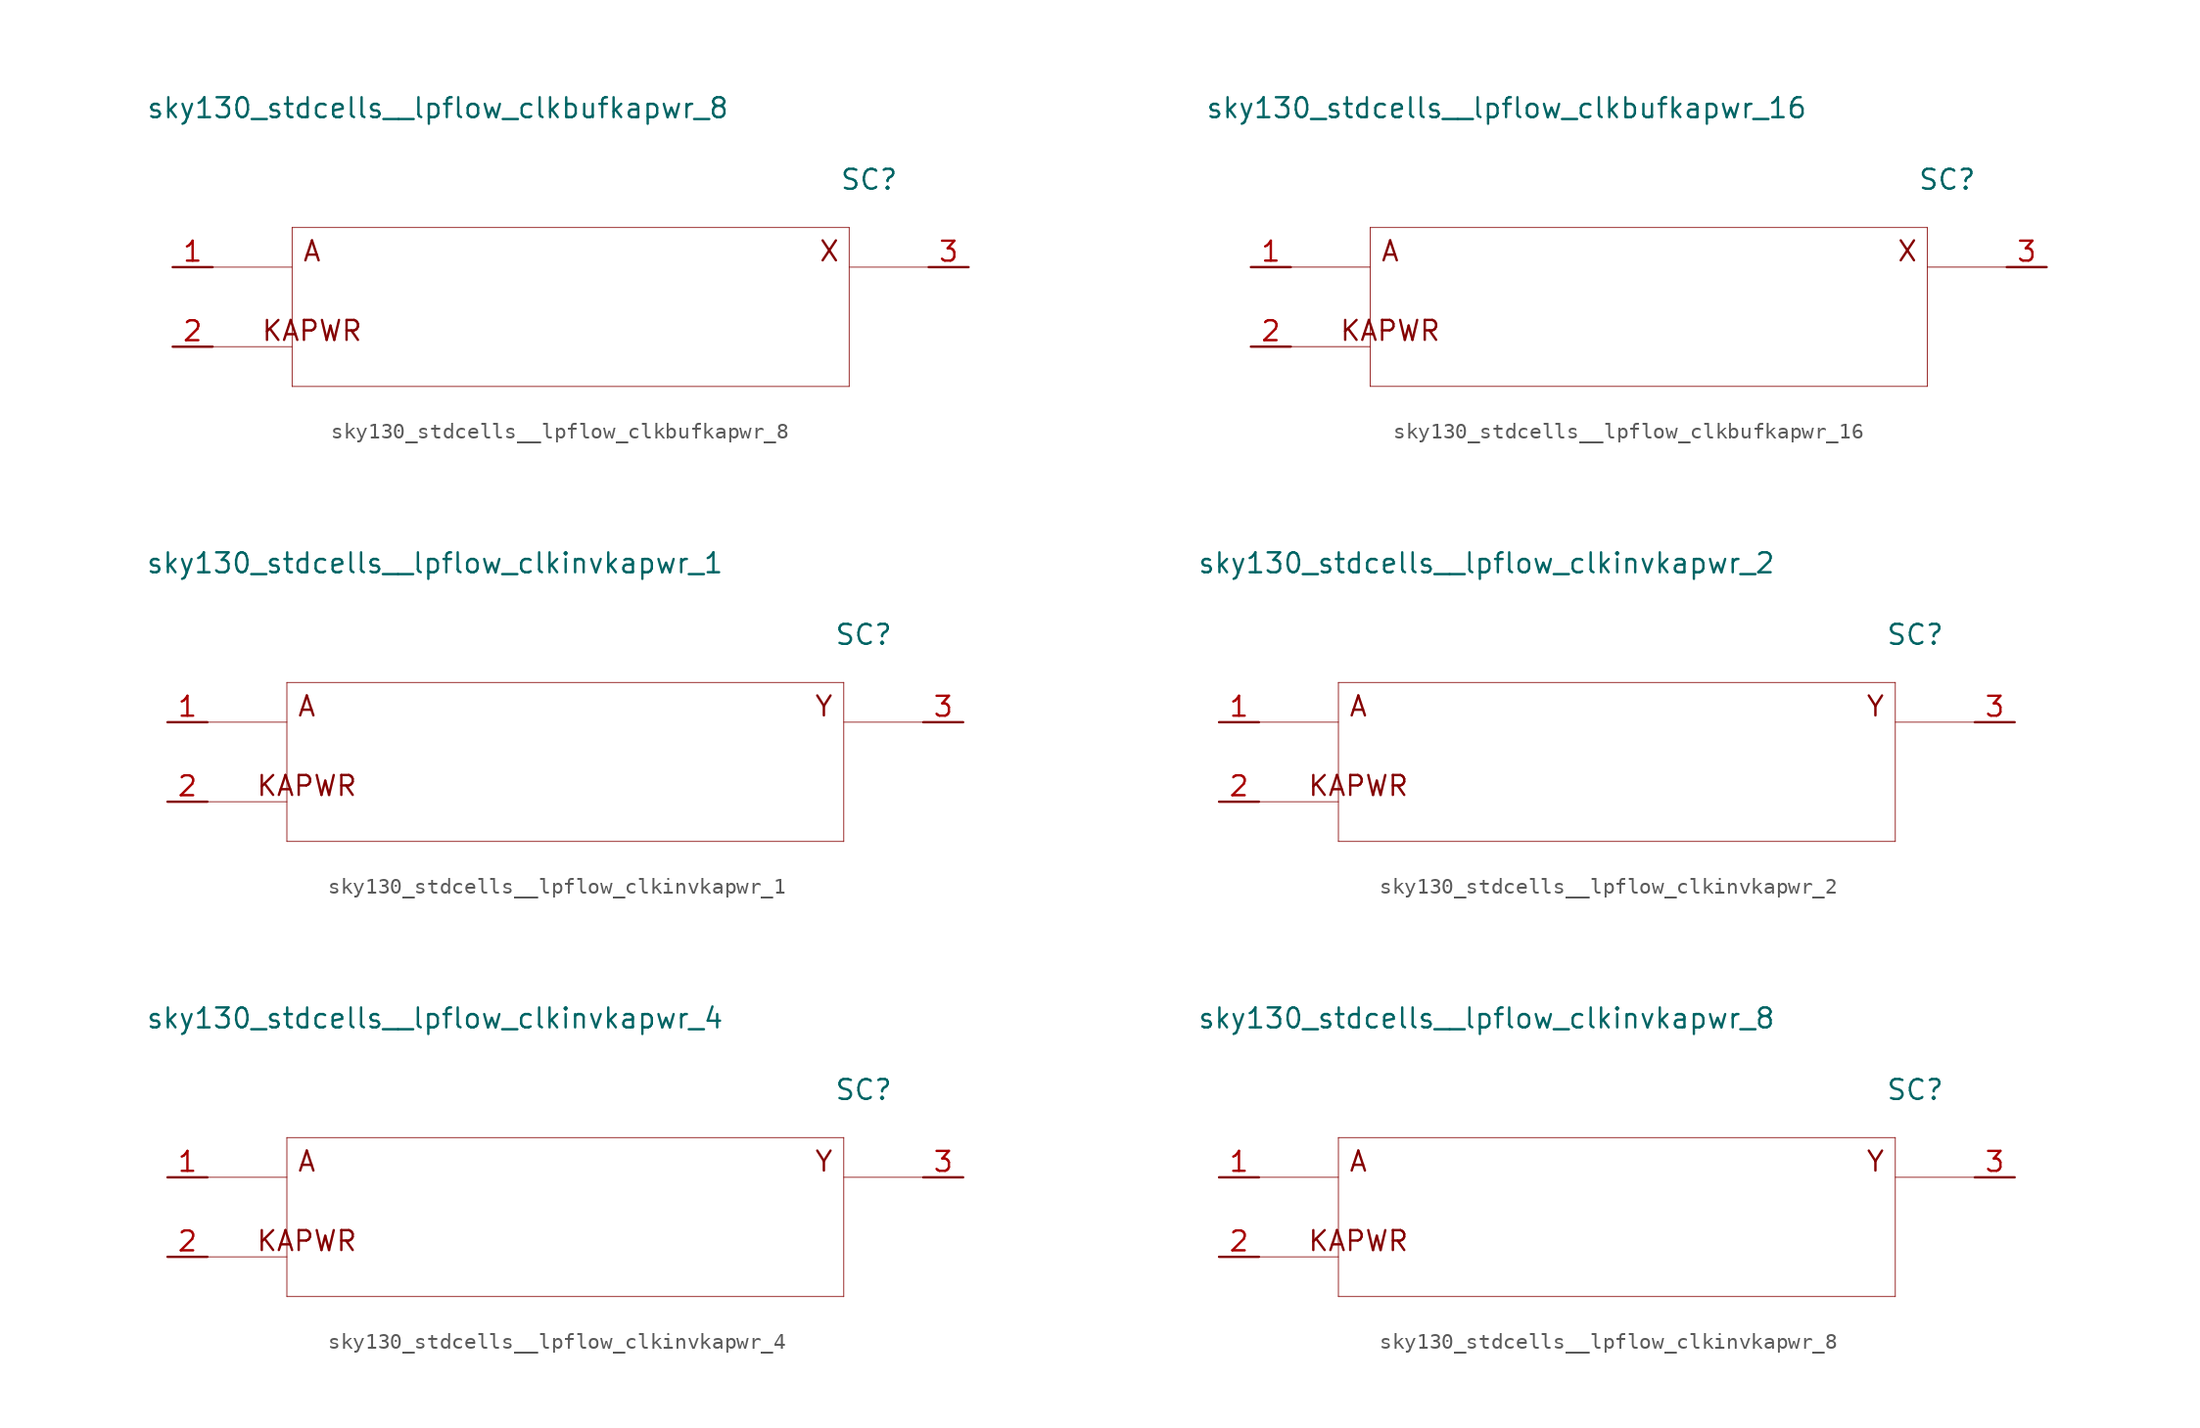
<source format=kicad_sym>
(kicad_symbol_lib
  (version 20211014)
  (generator kicad_symbol_editor)
  (symbol "sky130_stdcells__lpflow_clkbufkapwr_8"
    (pin_names hide)
    (property "Reference" "SC"
      (at 19.05 8.128 0)
      (effects (font (size 1.27 1.27))))
    (property "Value" "sky130_stdcells__lpflow_clkbufkapwr_8"
      (at 10.16 12.7 0)
      (effects (font (size 1.27 1.27)) (justify right)))
    (symbol "sky130_stdcells__lpflow_clkbufkapwr_8_0_0"
      (polyline (pts (xy -22.86 -2.54) (xy -17.78 -2.54)) (stroke (width 0.051) (type default) (color 0 0 0 0)) (fill (type none)))
      (polyline (pts (xy -22.86 2.54) (xy -17.78 2.54)) (stroke (width 0.051) (type default) (color 0 0 0 0)) (fill (type none)))
      (polyline (pts (xy -17.78 -5.08) (xy 17.78 -5.08)) (stroke (width 0.051) (type default) (color 0 0 0 0)) (fill (type none)))
      (polyline (pts (xy -17.78 5.08) (xy -17.78 -5.08)) (stroke (width 0.051) (type default) (color 0 0 0 0)) (fill (type none)))
      (polyline (pts (xy -17.78 5.08) (xy 17.78 5.08)) (stroke (width 0.051) (type default) (color 0 0 0 0)) (fill (type none)))
      (polyline (pts (xy 17.78 2.54) (xy 22.86 2.54)) (stroke (width 0.051) (type default) (color 0 0 0 0)) (fill (type none)))
      (polyline (pts (xy 17.78 5.08) (xy 17.78 -5.08)) (stroke (width 0.051) (type default) (color 0 0 0 0)) (fill (type none)))
      (text "A" (at -16.51 3.556 0) (effects (font (size 1.27 1.27))))
      (text "KAPWR" (at -16.51 -1.524 0) (effects (font (size 1.27 1.27))))
      (text "X" (at 16.51 3.556 0) (effects (font (size 1.27 1.27)))))
    (symbol "sky130_stdcells__lpflow_clkbufkapwr_8_1_1"
      (pin input line (at -25.4 2.54 0) (length 2.54) (name "A" (effects (font (size 1.092 1.092)))) (number "1" (effects (font (size 1.27 1.27)))))
      (pin input line (at -25.4 -2.54 0) (length 2.54) (name "KAPWR" (effects (font (size 1.092 1.092)))) (number "2" (effects (font (size 1.27 1.27)))))
      (pin output line (at 25.4 2.54 180) (length 2.54) (name "X" (effects (font (size 1.092 1.092)))) (number "3" (effects (font (size 1.27 1.27)))))))
  (symbol "sky130_stdcells__lpflow_clkbufkapwr_16"
    (pin_names hide)
    (property "Reference" "SC"
      (at 19.05 8.128 0)
      (effects (font (size 1.27 1.27))))
    (property "Value" "sky130_stdcells__lpflow_clkbufkapwr_16"
      (at 10.16 12.7 0)
      (effects (font (size 1.27 1.27)) (justify right)))
    (symbol "sky130_stdcells__lpflow_clkbufkapwr_16_0_0"
      (polyline (pts (xy -22.86 -2.54) (xy -17.78 -2.54)) (stroke (width 0.051) (type default) (color 0 0 0 0)) (fill (type none)))
      (polyline (pts (xy -22.86 2.54) (xy -17.78 2.54)) (stroke (width 0.051) (type default) (color 0 0 0 0)) (fill (type none)))
      (polyline (pts (xy -17.78 -5.08) (xy 17.78 -5.08)) (stroke (width 0.051) (type default) (color 0 0 0 0)) (fill (type none)))
      (polyline (pts (xy -17.78 5.08) (xy -17.78 -5.08)) (stroke (width 0.051) (type default) (color 0 0 0 0)) (fill (type none)))
      (polyline (pts (xy -17.78 5.08) (xy 17.78 5.08)) (stroke (width 0.051) (type default) (color 0 0 0 0)) (fill (type none)))
      (polyline (pts (xy 17.78 2.54) (xy 22.86 2.54)) (stroke (width 0.051) (type default) (color 0 0 0 0)) (fill (type none)))
      (polyline (pts (xy 17.78 5.08) (xy 17.78 -5.08)) (stroke (width 0.051) (type default) (color 0 0 0 0)) (fill (type none)))
      (text "A" (at -16.51 3.556 0) (effects (font (size 1.27 1.27))))
      (text "KAPWR" (at -16.51 -1.524 0) (effects (font (size 1.27 1.27))))
      (text "X" (at 16.51 3.556 0) (effects (font (size 1.27 1.27)))))
    (symbol "sky130_stdcells__lpflow_clkbufkapwr_16_1_1"
      (pin input line (at -25.4 2.54 0) (length 2.54) (name "A" (effects (font (size 1.092 1.092)))) (number "1" (effects (font (size 1.27 1.27)))))
      (pin input line (at -25.4 -2.54 0) (length 2.54) (name "KAPWR" (effects (font (size 1.092 1.092)))) (number "2" (effects (font (size 1.27 1.27)))))
      (pin output line (at 25.4 2.54 180) (length 2.54) (name "X" (effects (font (size 1.092 1.092)))) (number "3" (effects (font (size 1.27 1.27)))))))
  (symbol "sky130_stdcells__lpflow_clkinvkapwr_1"
    (pin_names hide)
    (property "Reference" "SC"
      (at 19.05 8.128 0)
      (effects (font (size 1.27 1.27))))
    (property "Value" "sky130_stdcells__lpflow_clkinvkapwr_1"
      (at 10.16 12.7 0)
      (effects (font (size 1.27 1.27)) (justify right)))
    (symbol "sky130_stdcells__lpflow_clkinvkapwr_1_0_0"
      (polyline (pts (xy -22.86 -2.54) (xy -17.78 -2.54)) (stroke (width 0.051) (type default) (color 0 0 0 0)) (fill (type none)))
      (polyline (pts (xy -22.86 2.54) (xy -17.78 2.54)) (stroke (width 0.051) (type default) (color 0 0 0 0)) (fill (type none)))
      (polyline (pts (xy -17.78 -5.08) (xy 17.78 -5.08)) (stroke (width 0.051) (type default) (color 0 0 0 0)) (fill (type none)))
      (polyline (pts (xy -17.78 5.08) (xy -17.78 -5.08)) (stroke (width 0.051) (type default) (color 0 0 0 0)) (fill (type none)))
      (polyline (pts (xy -17.78 5.08) (xy 17.78 5.08)) (stroke (width 0.051) (type default) (color 0 0 0 0)) (fill (type none)))
      (polyline (pts (xy 17.78 2.54) (xy 22.86 2.54)) (stroke (width 0.051) (type default) (color 0 0 0 0)) (fill (type none)))
      (polyline (pts (xy 17.78 5.08) (xy 17.78 -5.08)) (stroke (width 0.051) (type default) (color 0 0 0 0)) (fill (type none)))
      (text "A" (at -16.51 3.556 0) (effects (font (size 1.27 1.27))))
      (text "KAPWR" (at -16.51 -1.524 0) (effects (font (size 1.27 1.27))))
      (text "Y" (at 16.51 3.556 0) (effects (font (size 1.27 1.27)))))
    (symbol "sky130_stdcells__lpflow_clkinvkapwr_1_1_1"
      (pin input line (at -25.4 2.54 0) (length 2.54) (name "A" (effects (font (size 1.092 1.092)))) (number "1" (effects (font (size 1.27 1.27)))))
      (pin input line (at -25.4 -2.54 0) (length 2.54) (name "KAPWR" (effects (font (size 1.092 1.092)))) (number "2" (effects (font (size 1.27 1.27)))))
      (pin output line (at 25.4 2.54 180) (length 2.54) (name "Y" (effects (font (size 1.092 1.092)))) (number "3" (effects (font (size 1.27 1.27)))))))
  (symbol "sky130_stdcells__lpflow_clkinvkapwr_2"
    (pin_names hide)
    (property "Reference" "SC"
      (at 19.05 8.128 0)
      (effects (font (size 1.27 1.27))))
    (property "Value" "sky130_stdcells__lpflow_clkinvkapwr_2"
      (at 10.16 12.7 0)
      (effects (font (size 1.27 1.27)) (justify right)))
    (symbol "sky130_stdcells__lpflow_clkinvkapwr_2_0_0"
      (polyline (pts (xy -22.86 -2.54) (xy -17.78 -2.54)) (stroke (width 0.051) (type default) (color 0 0 0 0)) (fill (type none)))
      (polyline (pts (xy -22.86 2.54) (xy -17.78 2.54)) (stroke (width 0.051) (type default) (color 0 0 0 0)) (fill (type none)))
      (polyline (pts (xy -17.78 -5.08) (xy 17.78 -5.08)) (stroke (width 0.051) (type default) (color 0 0 0 0)) (fill (type none)))
      (polyline (pts (xy -17.78 5.08) (xy -17.78 -5.08)) (stroke (width 0.051) (type default) (color 0 0 0 0)) (fill (type none)))
      (polyline (pts (xy -17.78 5.08) (xy 17.78 5.08)) (stroke (width 0.051) (type default) (color 0 0 0 0)) (fill (type none)))
      (polyline (pts (xy 17.78 2.54) (xy 22.86 2.54)) (stroke (width 0.051) (type default) (color 0 0 0 0)) (fill (type none)))
      (polyline (pts (xy 17.78 5.08) (xy 17.78 -5.08)) (stroke (width 0.051) (type default) (color 0 0 0 0)) (fill (type none)))
      (text "A" (at -16.51 3.556 0) (effects (font (size 1.27 1.27))))
      (text "KAPWR" (at -16.51 -1.524 0) (effects (font (size 1.27 1.27))))
      (text "Y" (at 16.51 3.556 0) (effects (font (size 1.27 1.27)))))
    (symbol "sky130_stdcells__lpflow_clkinvkapwr_2_1_1"
      (pin input line (at -25.4 2.54 0) (length 2.54) (name "A" (effects (font (size 1.092 1.092)))) (number "1" (effects (font (size 1.27 1.27)))))
      (pin input line (at -25.4 -2.54 0) (length 2.54) (name "KAPWR" (effects (font (size 1.092 1.092)))) (number "2" (effects (font (size 1.27 1.27)))))
      (pin output line (at 25.4 2.54 180) (length 2.54) (name "Y" (effects (font (size 1.092 1.092)))) (number "3" (effects (font (size 1.27 1.27)))))))
  (symbol "sky130_stdcells__lpflow_clkinvkapwr_4"
    (pin_names hide)
    (property "Reference" "SC"
      (at 19.05 8.128 0)
      (effects (font (size 1.27 1.27))))
    (property "Value" "sky130_stdcells__lpflow_clkinvkapwr_4"
      (at 10.16 12.7 0)
      (effects (font (size 1.27 1.27)) (justify right)))
    (symbol "sky130_stdcells__lpflow_clkinvkapwr_4_0_0"
      (polyline (pts (xy -22.86 -2.54) (xy -17.78 -2.54)) (stroke (width 0.051) (type default) (color 0 0 0 0)) (fill (type none)))
      (polyline (pts (xy -22.86 2.54) (xy -17.78 2.54)) (stroke (width 0.051) (type default) (color 0 0 0 0)) (fill (type none)))
      (polyline (pts (xy -17.78 -5.08) (xy 17.78 -5.08)) (stroke (width 0.051) (type default) (color 0 0 0 0)) (fill (type none)))
      (polyline (pts (xy -17.78 5.08) (xy -17.78 -5.08)) (stroke (width 0.051) (type default) (color 0 0 0 0)) (fill (type none)))
      (polyline (pts (xy -17.78 5.08) (xy 17.78 5.08)) (stroke (width 0.051) (type default) (color 0 0 0 0)) (fill (type none)))
      (polyline (pts (xy 17.78 2.54) (xy 22.86 2.54)) (stroke (width 0.051) (type default) (color 0 0 0 0)) (fill (type none)))
      (polyline (pts (xy 17.78 5.08) (xy 17.78 -5.08)) (stroke (width 0.051) (type default) (color 0 0 0 0)) (fill (type none)))
      (text "A" (at -16.51 3.556 0) (effects (font (size 1.27 1.27))))
      (text "KAPWR" (at -16.51 -1.524 0) (effects (font (size 1.27 1.27))))
      (text "Y" (at 16.51 3.556 0) (effects (font (size 1.27 1.27)))))
    (symbol "sky130_stdcells__lpflow_clkinvkapwr_4_1_1"
      (pin input line (at -25.4 2.54 0) (length 2.54) (name "A" (effects (font (size 1.092 1.092)))) (number "1" (effects (font (size 1.27 1.27)))))
      (pin input line (at -25.4 -2.54 0) (length 2.54) (name "KAPWR" (effects (font (size 1.092 1.092)))) (number "2" (effects (font (size 1.27 1.27)))))
      (pin output line (at 25.4 2.54 180) (length 2.54) (name "Y" (effects (font (size 1.092 1.092)))) (number "3" (effects (font (size 1.27 1.27)))))))
  (symbol "sky130_stdcells__lpflow_clkinvkapwr_8"
    (pin_names hide)
    (property "Reference" "SC"
      (at 19.05 8.128 0)
      (effects (font (size 1.27 1.27))))
    (property "Value" "sky130_stdcells__lpflow_clkinvkapwr_8"
      (at 10.16 12.7 0)
      (effects (font (size 1.27 1.27)) (justify right)))
    (symbol "sky130_stdcells__lpflow_clkinvkapwr_8_0_0"
      (polyline (pts (xy -22.86 -2.54) (xy -17.78 -2.54)) (stroke (width 0.051) (type default) (color 0 0 0 0)) (fill (type none)))
      (polyline (pts (xy -22.86 2.54) (xy -17.78 2.54)) (stroke (width 0.051) (type default) (color 0 0 0 0)) (fill (type none)))
      (polyline (pts (xy -17.78 -5.08) (xy 17.78 -5.08)) (stroke (width 0.051) (type default) (color 0 0 0 0)) (fill (type none)))
      (polyline (pts (xy -17.78 5.08) (xy -17.78 -5.08)) (stroke (width 0.051) (type default) (color 0 0 0 0)) (fill (type none)))
      (polyline (pts (xy -17.78 5.08) (xy 17.78 5.08)) (stroke (width 0.051) (type default) (color 0 0 0 0)) (fill (type none)))
      (polyline (pts (xy 17.78 2.54) (xy 22.86 2.54)) (stroke (width 0.051) (type default) (color 0 0 0 0)) (fill (type none)))
      (polyline (pts (xy 17.78 5.08) (xy 17.78 -5.08)) (stroke (width 0.051) (type default) (color 0 0 0 0)) (fill (type none)))
      (text "A" (at -16.51 3.556 0) (effects (font (size 1.27 1.27))))
      (text "KAPWR" (at -16.51 -1.524 0) (effects (font (size 1.27 1.27))))
      (text "Y" (at 16.51 3.556 0) (effects (font (size 1.27 1.27)))))
    (symbol "sky130_stdcells__lpflow_clkinvkapwr_8_1_1"
      (pin input line (at -25.4 2.54 0) (length 2.54) (name "A" (effects (font (size 1.092 1.092)))) (number "1" (effects (font (size 1.27 1.27)))))
      (pin input line (at -25.4 -2.54 0) (length 2.54) (name "KAPWR" (effects (font (size 1.092 1.092)))) (number "2" (effects (font (size 1.27 1.27)))))
      (pin output line (at 25.4 2.54 180) (length 2.54) (name "Y" (effects (font (size 1.092 1.092)))) (number "3" (effects (font (size 1.27 1.27))))))))
</source>
